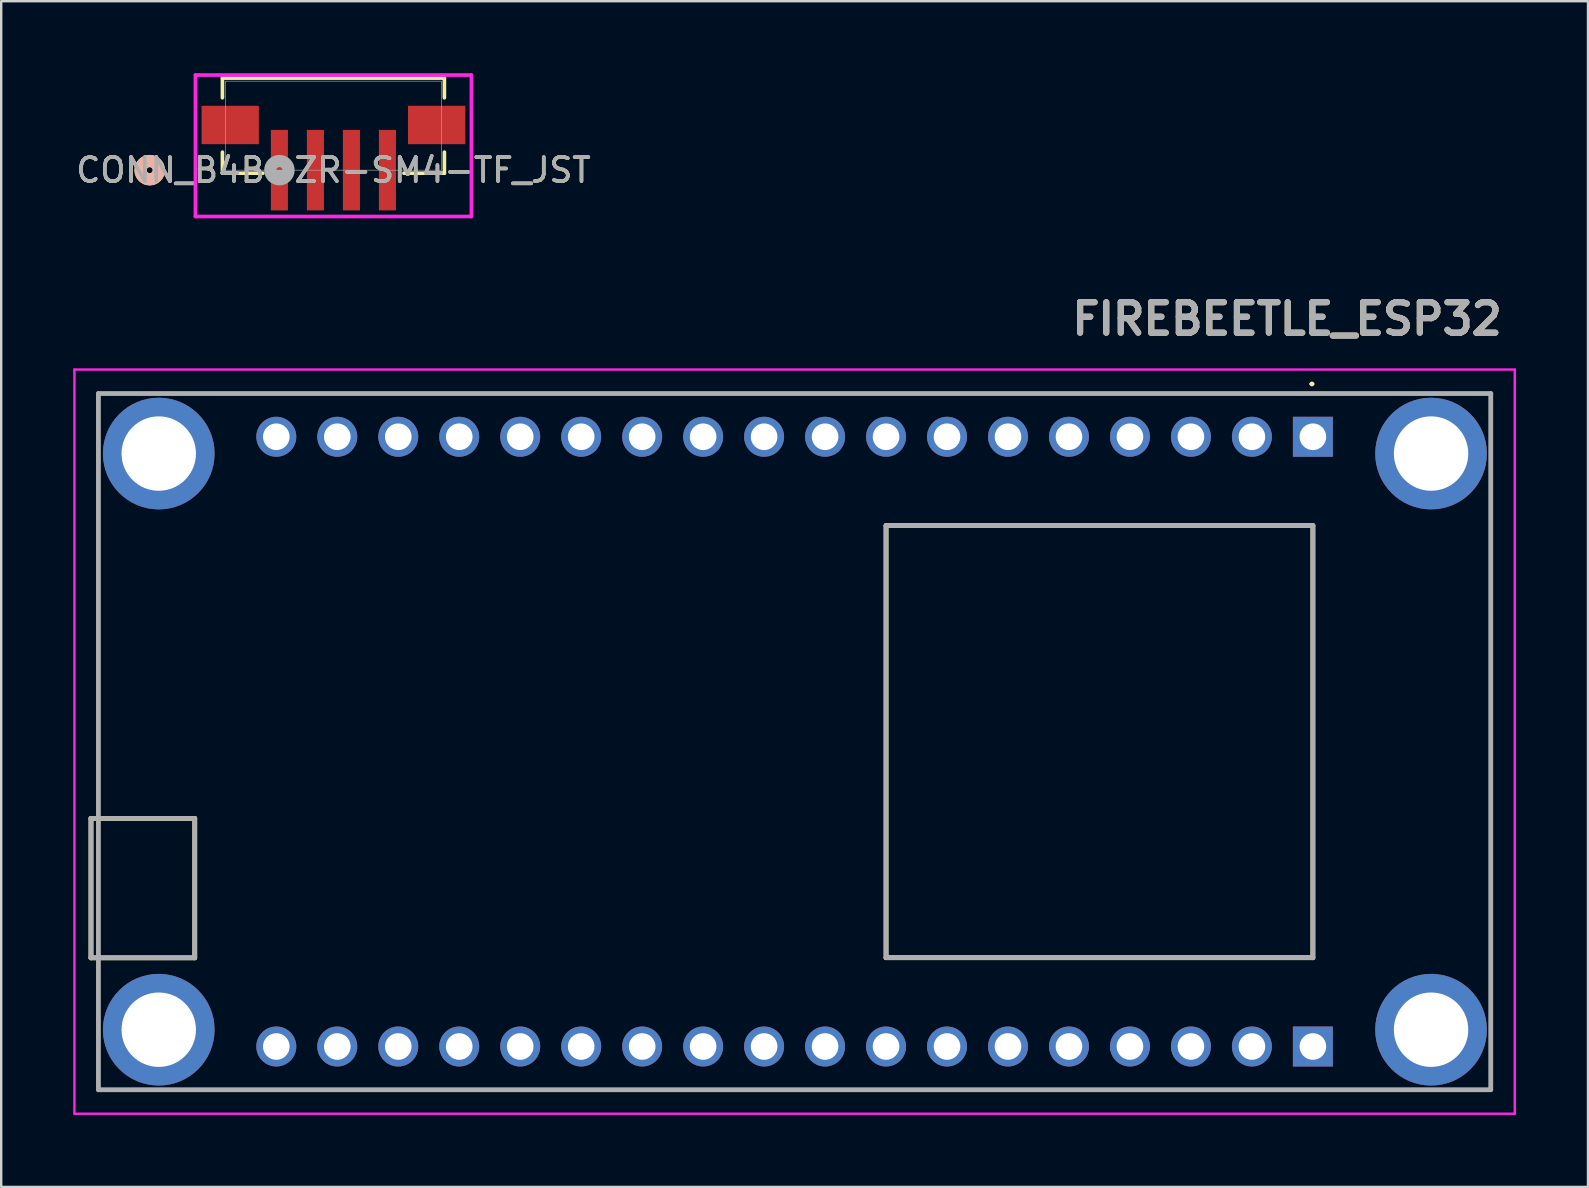
<source format=kicad_pcb>
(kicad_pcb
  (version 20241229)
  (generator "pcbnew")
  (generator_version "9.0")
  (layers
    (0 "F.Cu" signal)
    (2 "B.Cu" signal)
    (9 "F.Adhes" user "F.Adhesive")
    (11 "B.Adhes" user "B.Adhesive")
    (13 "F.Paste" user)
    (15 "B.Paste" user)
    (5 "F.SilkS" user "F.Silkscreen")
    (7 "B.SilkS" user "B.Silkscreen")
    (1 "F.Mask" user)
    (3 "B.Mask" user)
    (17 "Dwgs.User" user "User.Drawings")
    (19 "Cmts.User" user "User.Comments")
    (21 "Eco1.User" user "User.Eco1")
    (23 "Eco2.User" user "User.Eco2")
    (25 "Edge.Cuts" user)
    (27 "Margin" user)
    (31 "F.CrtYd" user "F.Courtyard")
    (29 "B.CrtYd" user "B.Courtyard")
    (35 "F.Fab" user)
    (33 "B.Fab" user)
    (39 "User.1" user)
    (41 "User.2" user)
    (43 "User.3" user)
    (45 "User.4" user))
  (footprint "CONN_B4B-ZR-SM4-TF_JST"
    (layer "F.Cu")
    (at 10.839 2.184)
    (property "Reference" "CONN_B4B-ZR-SM4-TF_JST" (at 0 1.854 0) (unlocked yes) (layer "F.SilkS") (effects (font (size 1 1) (thickness 0.15))))
    (attr smd)
    (fp_line (start -4.623 -1.981) (end -4.623 -1.161) (stroke (width 0.152) (type solid)) (layer "F.SilkS"))
    (fp_line (start -4.623 1.104) (end -4.623 1.981) (stroke (width 0.152) (type solid)) (layer "F.SilkS"))
    (fp_line (start -4.623 1.981) (end -2.938 1.981) (stroke (width 0.152) (type solid)) (layer "F.SilkS"))
    (fp_line (start 2.938 1.981) (end 4.623 1.981) (stroke (width 0.152) (type solid)) (layer "F.SilkS"))
    (fp_line (start 4.623 -1.981) (end -4.623 -1.981) (stroke (width 0.152) (type solid)) (layer "F.SilkS"))
    (fp_line (start 4.623 -1.161) (end 4.623 -1.981) (stroke (width 0.152) (type solid)) (layer "F.SilkS"))
    (fp_line (start 4.623 1.981) (end 4.623 1.104) (stroke (width 0.152) (type solid)) (layer "F.SilkS"))
    (fp_circle (center -7.653 1.854) (end -7.272 1.854) (stroke (width 0.508) (type solid)) (fill no) (layer "F.SilkS"))
    (fp_circle (center -7.653 1.854) (end -7.272 1.854) (stroke (width 0.508) (type solid)) (fill no) (layer "B.SilkS"))
    (fp_line (start -5.748 -2.108) (end -5.748 3.785) (stroke (width 0.152) (type solid)) (layer "F.CrtYd"))
    (fp_line (start -5.748 3.785) (end 5.748 3.785) (stroke (width 0.152) (type solid)) (layer "F.CrtYd"))
    (fp_line (start 5.748 -2.108) (end -5.748 -2.108) (stroke (width 0.152) (type solid)) (layer "F.CrtYd"))
    (fp_line (start 5.748 3.785) (end 5.748 -2.108) (stroke (width 0.152) (type solid)) (layer "F.CrtYd"))
    (fp_line (start -4.496 -1.854) (end -4.496 1.854) (stroke (width 0.025) (type solid)) (layer "F.Fab"))
    (fp_line (start -4.496 1.854) (end 4.496 1.854) (stroke (width 0.025) (type solid)) (layer "F.Fab"))
    (fp_line (start 4.496 -1.854) (end -4.496 -1.854) (stroke (width 0.025) (type solid)) (layer "F.Fab"))
    (fp_line (start 4.496 1.854) (end 4.496 -1.854) (stroke (width 0.025) (type solid)) (layer "F.Fab"))
    (fp_circle (center -2.25 1.854) (end -1.869 1.854) (stroke (width 0.508) (type solid)) (fill no) (layer "F.Fab"))
    (fp_text user "${REFERENCE}" (at 0 1.854 0) (unlocked yes) (layer "F.Fab") (effects (font (size 1 1) (thickness 0.15))))
    (pad "1" smd rect (at -2.25 1.854) (size 0.711 3.353) (layers "F.Cu" "F.Mask" "F.Paste"))
    (pad "2" smd rect (at -0.75 1.854) (size 0.711 3.353) (layers "F.Cu" "F.Mask" "F.Paste"))
    (pad "3" smd rect (at 0.75 1.854) (size 0.711 3.353) (layers "F.Cu" "F.Mask" "F.Paste"))
    (pad "4" smd rect (at 2.25 1.854) (size 0.711 3.353) (layers "F.Cu" "F.Mask" "F.Paste"))
    (pad "5" smd rect (at -4.3 -0.028) (size 2.388 1.6) (layers "F.Cu" "F.Mask" "F.Paste"))
    (pad "6" smd rect (at 4.3 -0.028) (size 2.388 1.6) (layers "F.Cu" "F.Mask" "F.Paste")))
  (footprint "FIREBEETLE_ESP32"
    (layer "F.Cu")
    (at 26.24 27.844)
    (property "Reference" "FIREBEETLE_ESP32" (at 24.322 -17.61 0) (layer "F.SilkS") (effects (font (size 1.27 1.27) (thickness 0.254))))
    (attr through_hole)
    (fp_line (start -25.5 3.199) (end -25.5 9.005) (stroke (width 0.2) (type solid)) (layer "F.SilkS"))
    (fp_line (start -25.5 9.005) (end -21.178 9.005) (stroke (width 0.2) (type solid)) (layer "F.SilkS"))
    (fp_line (start -25.19 -14.5) (end 32.81 -14.5) (stroke (width 0.1) (type solid)) (layer "F.SilkS"))
    (fp_line (start -25.19 14.5) (end -25.19 -14.5) (stroke (width 0.1) (type solid)) (layer "F.SilkS"))
    (fp_line (start -21.178 3.199) (end -25.5 3.199) (stroke (width 0.2) (type solid)) (layer "F.SilkS"))
    (fp_line (start -21.178 9.005) (end -21.178 3.199) (stroke (width 0.2) (type solid)) (layer "F.SilkS"))
    (fp_line (start 7.62 -9) (end 7.62 9) (stroke (width 0.2) (type solid)) (layer "F.SilkS"))
    (fp_line (start 7.62 9) (end 25.4 9) (stroke (width 0.2) (type solid)) (layer "F.SilkS"))
    (fp_line (start 25.31 -14.9) (end 25.31 -14.9) (stroke (width 0.1) (type solid)) (layer "F.SilkS"))
    (fp_line (start 25.4 -9) (end 7.62 -9) (stroke (width 0.2) (type solid)) (layer "F.SilkS"))
    (fp_line (start 25.4 9) (end 25.4 -9) (stroke (width 0.2) (type solid)) (layer "F.SilkS"))
    (fp_line (start 25.41 -14.9) (end 25.41 -14.9) (stroke (width 0.1) (type solid)) (layer "F.SilkS"))
    (fp_line (start 32.81 -14.5) (end 32.81 14.5) (stroke (width 0.1) (type solid)) (layer "F.SilkS"))
    (fp_line (start 32.81 14.5) (end -25.19 14.5) (stroke (width 0.1) (type solid)) (layer "F.SilkS"))
    (fp_arc (start 25.31 -14.9) (mid 25.36 -14.95) (end 25.41 -14.9) (stroke (width 0.1) (type solid)) (layer "F.SilkS"))
    (fp_arc (start 25.41 -14.9) (mid 25.36 -14.85) (end 25.31 -14.9) (stroke (width 0.1) (type solid)) (layer "F.SilkS"))
    (fp_line (start -26.19 -15.5) (end 33.81 -15.5) (stroke (width 0.1) (type solid)) (layer "F.CrtYd"))
    (fp_line (start -26.19 15.5) (end -26.19 -15.5) (stroke (width 0.1) (type solid)) (layer "F.CrtYd"))
    (fp_line (start 33.81 -15.5) (end 33.81 15.5) (stroke (width 0.1) (type solid)) (layer "F.CrtYd"))
    (fp_line (start 33.81 15.5) (end -26.19 15.5) (stroke (width 0.1) (type solid)) (layer "F.CrtYd"))
    (fp_line (start -25.5 3.199) (end -25.5 9.005) (stroke (width 0.2) (type solid)) (layer "F.Fab"))
    (fp_line (start -25.5 3.199) (end -21.178 3.199) (stroke (width 0.2) (type solid)) (layer "F.Fab"))
    (fp_line (start -25.19 -14.5) (end 32.81 -14.5) (stroke (width 0.2) (type solid)) (layer "F.Fab"))
    (fp_line (start -25.19 14.5) (end -25.19 -14.5) (stroke (width 0.2) (type solid)) (layer "F.Fab"))
    (fp_line (start -21.178 3.199) (end -21.178 9.005) (stroke (width 0.2) (type solid)) (layer "F.Fab"))
    (fp_line (start -21.178 9.005) (end -25.5 9.005) (stroke (width 0.2) (type solid)) (layer "F.Fab"))
    (fp_line (start 7.62 -9) (end 7.62 9) (stroke (width 0.2) (type solid)) (layer "F.Fab"))
    (fp_line (start 7.62 9) (end 25.4 9) (stroke (width 0.2) (type solid)) (layer "F.Fab"))
    (fp_line (start 25.4 -9) (end 7.62 -9) (stroke (width 0.2) (type solid)) (layer "F.Fab"))
    (fp_line (start 25.4 9) (end 25.4 -9) (stroke (width 0.2) (type solid)) (layer "F.Fab"))
    (fp_line (start 32.81 -14.5) (end 32.81 14.5) (stroke (width 0.2) (type solid)) (layer "F.Fab"))
    (fp_line (start 32.81 14.5) (end -25.19 14.5) (stroke (width 0.2) (type solid)) (layer "F.Fab"))
    (fp_text user "${REFERENCE}" (at 24.322 -17.61 0) (layer "F.Fab") (effects (font (size 1.27 1.27) (thickness 0.254))))
    (pad "1" thru_hole rect (at 25.4 -12.7) (size 1.665 1.665) (drill 1.11) (layers "*.Cu" "*.Mask"))
    (pad "2" thru_hole circle (at 22.86 -12.7) (size 1.665 1.665) (drill 1.11) (layers "*.Cu" "*.Mask"))
    (pad "3" thru_hole circle (at 20.32 -12.7) (size 1.665 1.665) (drill 1.11) (layers "*.Cu" "*.Mask"))
    (pad "4" thru_hole circle (at 17.78 -12.7) (size 1.665 1.665) (drill 1.11) (layers "*.Cu" "*.Mask"))
    (pad "5" thru_hole circle (at 15.24 -12.7) (size 1.665 1.665) (drill 1.11) (layers "*.Cu" "*.Mask"))
    (pad "6" thru_hole circle (at 12.7 -12.7) (size 1.665 1.665) (drill 1.11) (layers "*.Cu" "*.Mask"))
    (pad "7" thru_hole circle (at 10.16 -12.7) (size 1.665 1.665) (drill 1.11) (layers "*.Cu" "*.Mask"))
    (pad "8" thru_hole circle (at 7.62 -12.7) (size 1.665 1.665) (drill 1.11) (layers "*.Cu" "*.Mask"))
    (pad "9" thru_hole circle (at 5.08 -12.7) (size 1.665 1.665) (drill 1.11) (layers "*.Cu" "*.Mask"))
    (pad "10" thru_hole circle (at 2.54 -12.7) (size 1.665 1.665) (drill 1.11) (layers "*.Cu" "*.Mask"))
    (pad "11" thru_hole circle (at 0 -12.7) (size 1.665 1.665) (drill 1.11) (layers "*.Cu" "*.Mask"))
    (pad "12" thru_hole circle (at -2.54 -12.7) (size 1.665 1.665) (drill 1.11) (layers "*.Cu" "*.Mask"))
    (pad "13" thru_hole circle (at -5.08 -12.7) (size 1.665 1.665) (drill 1.11) (layers "*.Cu" "*.Mask"))
    (pad "14" thru_hole circle (at -7.62 -12.7) (size 1.665 1.665) (drill 1.11) (layers "*.Cu" "*.Mask"))
    (pad "15" thru_hole circle (at -10.16 -12.7) (size 1.665 1.665) (drill 1.11) (layers "*.Cu" "*.Mask"))
    (pad "16" thru_hole circle (at -12.7 -12.7) (size 1.665 1.665) (drill 1.11) (layers "*.Cu" "*.Mask"))
    (pad "17" thru_hole circle (at -15.24 -12.7) (size 1.665 1.665) (drill 1.11) (layers "*.Cu" "*.Mask"))
    (pad "18" thru_hole circle (at -17.78 -12.7) (size 1.665 1.665) (drill 1.11) (layers "*.Cu" "*.Mask"))
    (pad "19" thru_hole rect (at 25.4 12.7) (size 1.665 1.665) (drill 1.11) (layers "*.Cu" "*.Mask"))
    (pad "20" thru_hole circle (at 22.86 12.7) (size 1.665 1.665) (drill 1.11) (layers "*.Cu" "*.Mask"))
    (pad "21" thru_hole circle (at 20.32 12.7) (size 1.665 1.665) (drill 1.11) (layers "*.Cu" "*.Mask"))
    (pad "22" thru_hole circle (at 17.78 12.7) (size 1.665 1.665) (drill 1.11) (layers "*.Cu" "*.Mask"))
    (pad "23" thru_hole circle (at 15.24 12.7) (size 1.665 1.665) (drill 1.11) (layers "*.Cu" "*.Mask"))
    (pad "24" thru_hole circle (at 12.7 12.7) (size 1.665 1.665) (drill 1.11) (layers "*.Cu" "*.Mask"))
    (pad "25" thru_hole circle (at 10.16 12.7) (size 1.665 1.665) (drill 1.11) (layers "*.Cu" "*.Mask"))
    (pad "26" thru_hole circle (at 7.62 12.7) (size 1.665 1.665) (drill 1.11) (layers "*.Cu" "*.Mask"))
    (pad "27" thru_hole circle (at 5.08 12.7) (size 1.665 1.665) (drill 1.11) (layers "*.Cu" "*.Mask"))
    (pad "28" thru_hole circle (at 2.54 12.7) (size 1.665 1.665) (drill 1.11) (layers "*.Cu" "*.Mask"))
    (pad "29" thru_hole circle (at 0 12.7) (size 1.665 1.665) (drill 1.11) (layers "*.Cu" "*.Mask"))
    (pad "30" thru_hole circle (at -2.54 12.7) (size 1.665 1.665) (drill 1.11) (layers "*.Cu" "*.Mask"))
    (pad "31" thru_hole circle (at -5.08 12.7) (size 1.665 1.665) (drill 1.11) (layers "*.Cu" "*.Mask"))
    (pad "32" thru_hole circle (at -7.62 12.7) (size 1.665 1.665) (drill 1.11) (layers "*.Cu" "*.Mask"))
    (pad "33" thru_hole circle (at -10.16 12.7) (size 1.665 1.665) (drill 1.11) (layers "*.Cu" "*.Mask"))
    (pad "34" thru_hole circle (at -12.7 12.7) (size 1.665 1.665) (drill 1.11) (layers "*.Cu" "*.Mask"))
    (pad "35" thru_hole circle (at -15.24 12.7) (size 1.665 1.665) (drill 1.11) (layers "*.Cu" "*.Mask"))
    (pad "36" thru_hole circle (at -17.78 12.7) (size 1.665 1.665) (drill 1.11) (layers "*.Cu" "*.Mask"))
    (pad "MH1" thru_hole circle (at -22.677 12) (size 4.65 4.65) (drill 3.1) (layers "*.Cu" "*.Mask"))
    (pad "MH2" thru_hole circle (at -22.677 -12) (size 4.65 4.65) (drill 3.1) (layers "*.Cu" "*.Mask"))
    (pad "MH3" thru_hole circle (at 30.323 -12) (size 4.65 4.65) (drill 3.1) (layers "*.Cu" "*.Mask"))
    (pad "MH4" thru_hole circle (at 30.323 12) (size 4.65 4.65) (drill 3.1) (layers "*.Cu" "*.Mask")))
  (gr_rect
    (start -3 -3)
    (end 63.1 46.394)
    (stroke (width 0.1) (type default))
    (fill no)
    (layer "Edge.Cuts")))
</source>
